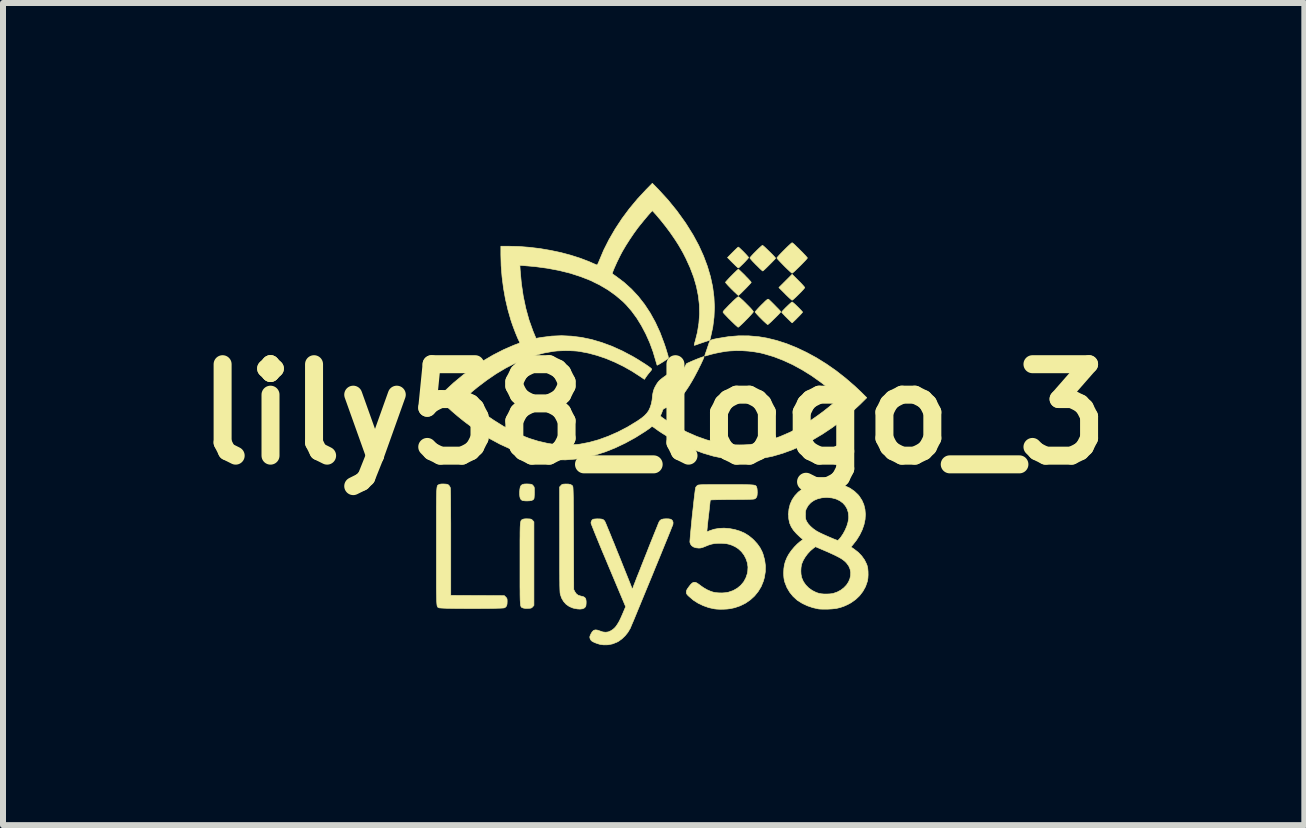
<source format=kicad_pcb>
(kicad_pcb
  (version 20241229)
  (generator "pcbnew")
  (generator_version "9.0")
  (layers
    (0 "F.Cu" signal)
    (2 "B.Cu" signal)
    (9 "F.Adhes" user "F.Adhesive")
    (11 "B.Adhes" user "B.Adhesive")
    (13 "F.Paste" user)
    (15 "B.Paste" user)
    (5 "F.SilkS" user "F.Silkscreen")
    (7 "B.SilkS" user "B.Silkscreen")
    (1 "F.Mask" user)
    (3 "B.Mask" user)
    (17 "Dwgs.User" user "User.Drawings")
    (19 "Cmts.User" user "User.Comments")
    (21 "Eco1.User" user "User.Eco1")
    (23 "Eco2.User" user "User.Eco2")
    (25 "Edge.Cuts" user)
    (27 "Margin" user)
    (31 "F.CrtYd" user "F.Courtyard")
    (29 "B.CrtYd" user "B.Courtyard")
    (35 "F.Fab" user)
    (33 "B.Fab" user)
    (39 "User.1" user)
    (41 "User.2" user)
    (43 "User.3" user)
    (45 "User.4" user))
  (footprint "lily58_logo_3"
    (layer "F.Cu")
    (at 7.845 3.855)
    (property "Reference" "lily58_logo_3" (at 0 0 0) (layer "F.SilkS") (effects (font (size 1.524 1.524) (thickness 0.3))))
    (attr through_hole)
    (fp_poly (pts (xy 2.413 -2.228) (xy 2.445 -2.196) (xy 2.473 -2.166) (xy 2.495 -2.142) (xy 2.511 -2.123) (xy 2.518 -2.113) (xy 2.518 -2.112) (xy 2.513 -2.103) (xy 2.5 -2.087) (xy 2.479 -2.064) (xy 2.454 -2.037) (xy 2.426 -2.009) (xy 2.397 -1.98) (xy 2.369 -1.953) (xy 2.344 -1.93) (xy 2.324 -1.912) (xy 2.311 -1.903) (xy 2.308 -1.901) (xy 2.299 -1.906) (xy 2.283 -1.92) (xy 2.259 -1.941) (xy 2.231 -1.968) (xy 2.199 -1.999) (xy 2.192 -2.007) (xy 2.087 -2.112) (xy 2.197 -2.222) (xy 2.308 -2.333) (xy 2.413 -2.228)) (stroke (width 0.01) (type solid)) (fill yes) (layer "F.SilkS"))
    (fp_poly (pts (xy 1.419 -2.782) (xy 1.435 -2.768) (xy 1.456 -2.748) (xy 1.481 -2.724) (xy 1.507 -2.698) (xy 1.532 -2.672) (xy 1.554 -2.648) (xy 1.571 -2.629) (xy 1.581 -2.616) (xy 1.582 -2.613) (xy 1.577 -2.604) (xy 1.564 -2.588) (xy 1.544 -2.566) (xy 1.521 -2.541) (xy 1.495 -2.514) (xy 1.469 -2.489) (xy 1.446 -2.467) (xy 1.427 -2.449) (xy 1.414 -2.44) (xy 1.411 -2.438) (xy 1.404 -2.443) (xy 1.388 -2.457) (xy 1.366 -2.477) (xy 1.34 -2.503) (xy 1.317 -2.525) (xy 1.231 -2.612) (xy 1.317 -2.699) (xy 1.346 -2.728) (xy 1.372 -2.753) (xy 1.392 -2.772) (xy 1.406 -2.784) (xy 1.41 -2.787) (xy 1.419 -2.782)) (stroke (width 0.01) (type solid)) (fill yes) (layer "F.SilkS"))
    (fp_poly (pts (xy -2.09 1.162) (xy -2.061 1.164) (xy -2.041 1.167) (xy -2.028 1.172) (xy -2.017 1.18) (xy -2.01 1.189) (xy -2.001 1.199) (xy -1.995 1.208) (xy -1.991 1.22) (xy -1.989 1.238) (xy -1.989 1.263) (xy -1.988 1.3) (xy -1.988 1.303) (xy -1.989 1.339) (xy -1.991 1.371) (xy -1.993 1.395) (xy -1.996 1.408) (xy -1.996 1.408) (xy -2.01 1.425) (xy -2.034 1.436) (xy -2.068 1.442) (xy -2.11 1.444) (xy -2.143 1.443) (xy -2.17 1.44) (xy -2.189 1.436) (xy -2.192 1.435) (xy -2.21 1.422) (xy -2.223 1.402) (xy -2.23 1.375) (xy -2.234 1.337) (xy -2.234 1.295) (xy -2.23 1.247) (xy -2.223 1.211) (xy -2.21 1.187) (xy -2.189 1.171) (xy -2.159 1.163) (xy -2.117 1.161) (xy -2.09 1.162)) (stroke (width 0.01) (type solid)) (fill yes) (layer "F.SilkS"))
    (fp_poly (pts (xy 2.316 -1.867) (xy 2.332 -1.854) (xy 2.354 -1.835) (xy 2.379 -1.811) (xy 2.406 -1.785) (xy 2.431 -1.76) (xy 2.454 -1.736) (xy 2.471 -1.717) (xy 2.481 -1.705) (xy 2.482 -1.702) (xy 2.477 -1.695) (xy 2.464 -1.68) (xy 2.445 -1.659) (xy 2.421 -1.634) (xy 2.395 -1.608) (xy 2.37 -1.582) (xy 2.346 -1.559) (xy 2.326 -1.54) (xy 2.313 -1.527) (xy 2.308 -1.524) (xy 2.302 -1.529) (xy 2.287 -1.542) (xy 2.266 -1.563) (xy 2.24 -1.588) (xy 2.219 -1.609) (xy 2.19 -1.638) (xy 2.166 -1.664) (xy 2.147 -1.684) (xy 2.136 -1.698) (xy 2.134 -1.702) (xy 2.139 -1.71) (xy 2.152 -1.726) (xy 2.172 -1.747) (xy 2.196 -1.772) (xy 2.223 -1.798) (xy 2.249 -1.823) (xy 2.273 -1.845) (xy 2.292 -1.862) (xy 2.305 -1.871) (xy 2.308 -1.872) (xy 2.316 -1.867)) (stroke (width 0.01) (type solid)) (fill yes) (layer "F.SilkS"))
    (fp_poly (pts (xy 1.419 -2.412) (xy 1.435 -2.398) (xy 1.457 -2.377) (xy 1.483 -2.352) (xy 1.512 -2.324) (xy 1.54 -2.294) (xy 1.568 -2.266) (xy 1.592 -2.24) (xy 1.611 -2.219) (xy 1.623 -2.204) (xy 1.626 -2.199) (xy 1.621 -2.191) (xy 1.607 -2.175) (xy 1.587 -2.153) (xy 1.562 -2.126) (xy 1.534 -2.097) (xy 1.505 -2.068) (xy 1.477 -2.04) (xy 1.452 -2.015) (xy 1.431 -1.996) (xy 1.417 -1.984) (xy 1.412 -1.981) (xy 1.405 -1.986) (xy 1.389 -2) (xy 1.367 -2.021) (xy 1.339 -2.047) (xy 1.308 -2.078) (xy 1.301 -2.084) (xy 1.27 -2.116) (xy 1.242 -2.145) (xy 1.22 -2.17) (xy 1.204 -2.188) (xy 1.198 -2.198) (xy 1.197 -2.199) (xy 1.202 -2.207) (xy 1.216 -2.223) (xy 1.236 -2.245) (xy 1.261 -2.272) (xy 1.289 -2.301) (xy 1.318 -2.33) (xy 1.346 -2.358) (xy 1.371 -2.382) (xy 1.392 -2.402) (xy 1.406 -2.414) (xy 1.412 -2.417) (xy 1.419 -2.412)) (stroke (width 0.01) (type solid)) (fill yes) (layer "F.SilkS"))
    (fp_poly (pts (xy 1.822 -2.811) (xy 1.839 -2.797) (xy 1.861 -2.777) (xy 1.887 -2.752) (xy 1.916 -2.724) (xy 1.946 -2.695) (xy 1.974 -2.667) (xy 1.998 -2.642) (xy 2.017 -2.621) (xy 2.029 -2.607) (xy 2.032 -2.602) (xy 2.027 -2.594) (xy 2.014 -2.579) (xy 1.993 -2.557) (xy 1.968 -2.531) (xy 1.94 -2.503) (xy 1.911 -2.474) (xy 1.883 -2.446) (xy 1.858 -2.422) (xy 1.837 -2.403) (xy 1.823 -2.391) (xy 1.818 -2.388) (xy 1.811 -2.393) (xy 1.795 -2.406) (xy 1.772 -2.427) (xy 1.745 -2.454) (xy 1.714 -2.485) (xy 1.707 -2.491) (xy 1.676 -2.523) (xy 1.648 -2.552) (xy 1.626 -2.577) (xy 1.611 -2.595) (xy 1.604 -2.605) (xy 1.604 -2.606) (xy 1.609 -2.614) (xy 1.623 -2.631) (xy 1.643 -2.653) (xy 1.668 -2.68) (xy 1.696 -2.708) (xy 1.725 -2.737) (xy 1.753 -2.764) (xy 1.778 -2.787) (xy 1.798 -2.805) (xy 1.811 -2.814) (xy 1.814 -2.816) (xy 1.822 -2.811)) (stroke (width 0.01) (type solid)) (fill yes) (layer "F.SilkS"))
    (fp_poly (pts (xy 1.913 -1.917) (xy 1.923 -1.91) (xy 1.94 -1.894) (xy 1.963 -1.872) (xy 1.989 -1.846) (xy 2.017 -1.818) (xy 2.045 -1.789) (xy 2.072 -1.762) (xy 2.094 -1.739) (xy 2.11 -1.721) (xy 2.118 -1.71) (xy 2.119 -1.708) (xy 2.114 -1.701) (xy 2.1 -1.685) (xy 2.08 -1.663) (xy 2.054 -1.637) (xy 2.026 -1.609) (xy 1.996 -1.58) (xy 1.968 -1.552) (xy 1.942 -1.528) (xy 1.921 -1.51) (xy 1.907 -1.498) (xy 1.901 -1.495) (xy 1.893 -1.5) (xy 1.876 -1.514) (xy 1.853 -1.535) (xy 1.825 -1.561) (xy 1.794 -1.592) (xy 1.791 -1.595) (xy 1.76 -1.626) (xy 1.733 -1.655) (xy 1.711 -1.679) (xy 1.697 -1.696) (xy 1.691 -1.705) (xy 1.691 -1.706) (xy 1.696 -1.714) (xy 1.71 -1.73) (xy 1.731 -1.754) (xy 1.757 -1.782) (xy 1.788 -1.814) (xy 1.795 -1.821) (xy 1.831 -1.856) (xy 1.858 -1.883) (xy 1.878 -1.901) (xy 1.893 -1.912) (xy 1.903 -1.918) (xy 1.91 -1.918) (xy 1.913 -1.917)) (stroke (width 0.01) (type solid)) (fill yes) (layer "F.SilkS"))
    (fp_poly (pts (xy 1.421 -1.954) (xy 1.439 -1.94) (xy 1.463 -1.919) (xy 1.492 -1.893) (xy 1.522 -1.863) (xy 1.554 -1.831) (xy 1.585 -1.8) (xy 1.613 -1.771) (xy 1.636 -1.745) (xy 1.653 -1.724) (xy 1.661 -1.711) (xy 1.662 -1.709) (xy 1.657 -1.7) (xy 1.643 -1.683) (xy 1.622 -1.659) (xy 1.596 -1.631) (xy 1.567 -1.6) (xy 1.535 -1.568) (xy 1.504 -1.536) (xy 1.474 -1.507) (xy 1.448 -1.483) (xy 1.427 -1.464) (xy 1.413 -1.453) (xy 1.408 -1.451) (xy 1.4 -1.456) (xy 1.384 -1.47) (xy 1.36 -1.491) (xy 1.331 -1.519) (xy 1.299 -1.55) (xy 1.28 -1.569) (xy 1.245 -1.603) (xy 1.215 -1.635) (xy 1.189 -1.662) (xy 1.17 -1.683) (xy 1.159 -1.697) (xy 1.157 -1.701) (xy 1.157 -1.707) (xy 1.163 -1.718) (xy 1.175 -1.734) (xy 1.195 -1.755) (xy 1.223 -1.784) (xy 1.259 -1.822) (xy 1.275 -1.837) (xy 1.318 -1.88) (xy 1.354 -1.914) (xy 1.382 -1.939) (xy 1.401 -1.954) (xy 1.412 -1.959) (xy 1.421 -1.954)) (stroke (width 0.01) (type solid)) (fill yes) (layer "F.SilkS"))
    (fp_poly (pts (xy 2.316 -2.854) (xy 2.333 -2.841) (xy 2.356 -2.82) (xy 2.383 -2.793) (xy 2.414 -2.764) (xy 2.445 -2.732) (xy 2.477 -2.701) (xy 2.505 -2.671) (xy 2.53 -2.645) (xy 2.548 -2.624) (xy 2.56 -2.61) (xy 2.562 -2.605) (xy 2.557 -2.597) (xy 2.543 -2.58) (xy 2.522 -2.557) (xy 2.496 -2.53) (xy 2.466 -2.499) (xy 2.435 -2.468) (xy 2.403 -2.437) (xy 2.373 -2.408) (xy 2.347 -2.383) (xy 2.326 -2.365) (xy 2.312 -2.354) (xy 2.308 -2.351) (xy 2.3 -2.356) (xy 2.283 -2.37) (xy 2.259 -2.392) (xy 2.23 -2.419) (xy 2.197 -2.451) (xy 2.175 -2.473) (xy 2.141 -2.508) (xy 2.111 -2.539) (xy 2.085 -2.567) (xy 2.066 -2.588) (xy 2.056 -2.602) (xy 2.054 -2.605) (xy 2.059 -2.614) (xy 2.073 -2.63) (xy 2.093 -2.653) (xy 2.12 -2.681) (xy 2.149 -2.711) (xy 2.181 -2.743) (xy 2.212 -2.774) (xy 2.242 -2.803) (xy 2.268 -2.827) (xy 2.289 -2.846) (xy 2.303 -2.857) (xy 2.308 -2.859) (xy 2.316 -2.854)) (stroke (width 0.01) (type solid)) (fill yes) (layer "F.SilkS"))
    (fp_poly (pts (xy -2.099 1.743) (xy -2.069 1.744) (xy -2.049 1.747) (xy -2.036 1.752) (xy -2.026 1.76) (xy -2.017 1.769) (xy -1.996 1.793) (xy -1.996 3.186) (xy -2.017 3.209) (xy -2.028 3.221) (xy -2.039 3.228) (xy -2.053 3.232) (xy -2.075 3.234) (xy -2.099 3.235) (xy -2.141 3.235) (xy -2.172 3.23) (xy -2.183 3.226) (xy -2.19 3.223) (xy -2.197 3.22) (xy -2.203 3.216) (xy -2.208 3.21) (xy -2.212 3.203) (xy -2.216 3.191) (xy -2.219 3.176) (xy -2.221 3.155) (xy -2.223 3.128) (xy -2.225 3.095) (xy -2.226 3.054) (xy -2.227 3.004) (xy -2.227 2.945) (xy -2.228 2.876) (xy -2.228 2.796) (xy -2.228 2.703) (xy -2.228 2.598) (xy -2.228 2.489) (xy -2.228 2.372) (xy -2.228 2.268) (xy -2.228 2.176) (xy -2.228 2.097) (xy -2.227 2.029) (xy -2.227 1.971) (xy -2.226 1.922) (xy -2.225 1.882) (xy -2.223 1.849) (xy -2.221 1.823) (xy -2.218 1.803) (xy -2.215 1.788) (xy -2.212 1.777) (xy -2.207 1.769) (xy -2.203 1.763) (xy -2.197 1.759) (xy -2.19 1.756) (xy -2.184 1.752) (xy -2.167 1.746) (xy -2.144 1.743) (xy -2.113 1.742) (xy -2.099 1.743)) (stroke (width 0.01) (type solid)) (fill yes) (layer "F.SilkS"))
    (fp_poly (pts (xy -1.422 1.163) (xy -1.386 1.17) (xy -1.361 1.185) (xy -1.351 1.196) (xy -1.349 1.2) (xy -1.348 1.205) (xy -1.346 1.213) (xy -1.345 1.224) (xy -1.344 1.239) (xy -1.343 1.259) (xy -1.342 1.285) (xy -1.341 1.317) (xy -1.34 1.357) (xy -1.339 1.404) (xy -1.339 1.46) (xy -1.338 1.526) (xy -1.338 1.602) (xy -1.337 1.689) (xy -1.337 1.789) (xy -1.336 1.9) (xy -1.335 2.026) (xy -1.335 2.068) (xy -1.332 2.921) (xy -1.314 2.957) (xy -1.289 2.993) (xy -1.257 3.017) (xy -1.217 3.029) (xy -1.214 3.03) (xy -1.175 3.039) (xy -1.149 3.053) (xy -1.134 3.073) (xy -1.128 3.095) (xy -1.125 3.126) (xy -1.126 3.158) (xy -1.129 3.188) (xy -1.135 3.207) (xy -1.155 3.228) (xy -1.185 3.242) (xy -1.227 3.247) (xy -1.274 3.244) (xy -1.344 3.23) (xy -1.406 3.204) (xy -1.459 3.167) (xy -1.502 3.119) (xy -1.535 3.062) (xy -1.557 2.996) (xy -1.558 2.987) (xy -1.56 2.975) (xy -1.561 2.96) (xy -1.562 2.94) (xy -1.563 2.914) (xy -1.564 2.882) (xy -1.565 2.844) (xy -1.565 2.797) (xy -1.566 2.743) (xy -1.566 2.679) (xy -1.567 2.605) (xy -1.567 2.52) (xy -1.567 2.424) (xy -1.567 2.315) (xy -1.567 2.193) (xy -1.567 2.081) (xy -1.568 1.212) (xy -1.547 1.189) (xy -1.535 1.176) (xy -1.523 1.169) (xy -1.507 1.165) (xy -1.482 1.163) (xy -1.471 1.162) (xy -1.422 1.163)) (stroke (width 0.01) (type solid)) (fill yes) (layer "F.SilkS"))
    (fp_poly (pts (xy -3.494 1.162) (xy -3.463 1.164) (xy -3.442 1.167) (xy -3.428 1.173) (xy -3.416 1.181) (xy -3.415 1.182) (xy -3.4 1.202) (xy -3.389 1.225) (xy -3.389 1.226) (xy -3.388 1.237) (xy -3.387 1.263) (xy -3.386 1.303) (xy -3.385 1.356) (xy -3.384 1.422) (xy -3.384 1.501) (xy -3.383 1.593) (xy -3.383 1.697) (xy -3.382 1.812) (xy -3.382 1.94) (xy -3.382 2.078) (xy -3.382 2.135) (xy -3.382 3.019) (xy -2.936 3.021) (xy -2.489 3.023) (xy -2.466 3.046) (xy -2.453 3.06) (xy -2.446 3.072) (xy -2.443 3.087) (xy -2.442 3.111) (xy -2.442 3.123) (xy -2.444 3.163) (xy -2.451 3.191) (xy -2.465 3.211) (xy -2.485 3.225) (xy -2.486 3.225) (xy -2.498 3.228) (xy -2.523 3.23) (xy -2.56 3.232) (xy -2.607 3.233) (xy -2.663 3.235) (xy -2.726 3.236) (xy -2.794 3.237) (xy -2.868 3.237) (xy -2.944 3.238) (xy -3.022 3.238) (xy -3.1 3.238) (xy -3.177 3.237) (xy -3.252 3.237) (xy -3.322 3.236) (xy -3.387 3.235) (xy -3.444 3.234) (xy -3.494 3.232) (xy -3.533 3.23) (xy -3.562 3.228) (xy -3.577 3.226) (xy -3.579 3.225) (xy -3.585 3.222) (xy -3.591 3.22) (xy -3.595 3.217) (xy -3.6 3.213) (xy -3.603 3.208) (xy -3.607 3.199) (xy -3.61 3.188) (xy -3.612 3.173) (xy -3.614 3.153) (xy -3.616 3.127) (xy -3.617 3.096) (xy -3.618 3.057) (xy -3.619 3.011) (xy -3.62 2.957) (xy -3.621 2.894) (xy -3.621 2.821) (xy -3.621 2.738) (xy -3.621 2.643) (xy -3.621 2.536) (xy -3.621 2.417) (xy -3.621 2.285) (xy -3.621 2.199) (xy -3.621 2.058) (xy -3.621 1.931) (xy -3.621 1.817) (xy -3.621 1.715) (xy -3.621 1.625) (xy -3.621 1.546) (xy -3.62 1.477) (xy -3.62 1.417) (xy -3.619 1.366) (xy -3.618 1.323) (xy -3.617 1.288) (xy -3.615 1.259) (xy -3.613 1.236) (xy -3.611 1.218) (xy -3.608 1.204) (xy -3.605 1.194) (xy -3.601 1.187) (xy -3.597 1.182) (xy -3.592 1.179) (xy -3.587 1.176) (xy -3.581 1.174) (xy -3.577 1.171) (xy -3.559 1.165) (xy -3.535 1.162) (xy -3.502 1.162) (xy -3.494 1.162)) (stroke (width 0.01) (type solid)) (fill yes) (layer "F.SilkS"))
    (fp_poly (pts (xy 0.249 1.743) (xy 0.278 1.748) (xy 0.29 1.752) (xy 0.312 1.771) (xy 0.323 1.798) (xy 0.322 1.83) (xy 0.321 1.834) (xy 0.318 1.844) (xy 0.309 1.866) (xy 0.295 1.9) (xy 0.278 1.944) (xy 0.256 1.998) (xy 0.231 2.06) (xy 0.202 2.13) (xy 0.171 2.206) (xy 0.138 2.287) (xy 0.103 2.373) (xy 0.066 2.463) (xy 0.028 2.555) (xy -0.01 2.649) (xy -0.049 2.744) (xy -0.088 2.838) (xy -0.126 2.93) (xy -0.163 3.02) (xy -0.199 3.107) (xy -0.233 3.19) (xy -0.265 3.267) (xy -0.294 3.338) (xy -0.32 3.401) (xy -0.343 3.456) (xy -0.363 3.502) (xy -0.378 3.538) (xy -0.388 3.562) (xy -0.393 3.574) (xy -0.394 3.574) (xy -0.43 3.635) (xy -0.476 3.692) (xy -0.528 3.742) (xy -0.584 3.783) (xy -0.612 3.798) (xy -0.685 3.827) (xy -0.76 3.842) (xy -0.835 3.843) (xy -0.89 3.836) (xy -0.932 3.824) (xy -0.974 3.809) (xy -1.011 3.792) (xy -1.032 3.779) (xy -1.048 3.762) (xy -1.06 3.739) (xy -1.06 3.737) (xy -1.064 3.721) (xy -1.064 3.707) (xy -1.059 3.691) (xy -1.049 3.668) (xy -1.046 3.661) (xy -1.025 3.626) (xy -1.002 3.603) (xy -0.975 3.594) (xy -0.943 3.596) (xy -0.903 3.609) (xy -0.901 3.61) (xy -0.848 3.628) (xy -0.8 3.633) (xy -0.755 3.627) (xy -0.711 3.607) (xy -0.683 3.589) (xy -0.654 3.564) (xy -0.627 3.534) (xy -0.601 3.495) (xy -0.573 3.448) (xy -0.545 3.389) (xy -0.519 3.33) (xy -0.467 3.207) (xy -0.756 2.52) (xy -0.805 2.402) (xy -0.851 2.294) (xy -0.892 2.195) (xy -0.928 2.107) (xy -0.96 2.029) (xy -0.987 1.963) (xy -1.009 1.907) (xy -1.026 1.864) (xy -1.038 1.833) (xy -1.044 1.815) (xy -1.045 1.81) (xy -1.039 1.783) (xy -1.028 1.766) (xy -1.019 1.756) (xy -1.009 1.75) (xy -0.996 1.747) (xy -0.975 1.745) (xy -0.944 1.743) (xy -0.939 1.743) (xy -0.894 1.744) (xy -0.862 1.748) (xy -0.838 1.758) (xy -0.82 1.775) (xy -0.81 1.792) (xy -0.805 1.803) (xy -0.795 1.826) (xy -0.781 1.86) (xy -0.763 1.904) (xy -0.741 1.956) (xy -0.717 2.015) (xy -0.691 2.08) (xy -0.662 2.149) (xy -0.633 2.222) (xy -0.603 2.297) (xy -0.572 2.372) (xy -0.542 2.447) (xy -0.513 2.52) (xy -0.485 2.59) (xy -0.459 2.655) (xy -0.435 2.714) (xy -0.414 2.767) (xy -0.396 2.811) (xy -0.383 2.846) (xy -0.373 2.87) (xy -0.369 2.881) (xy -0.369 2.881) (xy -0.363 2.899) (xy -0.357 2.909) (xy -0.356 2.91) (xy -0.351 2.904) (xy -0.344 2.888) (xy -0.342 2.881) (xy -0.338 2.87) (xy -0.329 2.846) (xy -0.315 2.811) (xy -0.298 2.767) (xy -0.278 2.714) (xy -0.254 2.655) (xy -0.228 2.59) (xy -0.201 2.52) (xy -0.172 2.447) (xy -0.142 2.372) (xy -0.112 2.297) (xy -0.083 2.222) (xy -0.054 2.149) (xy -0.026 2.08) (xy 0.000123 2.015) (xy 0.024 1.956) (xy 0.045 1.904) (xy 0.063 1.86) (xy 0.076 1.826) (xy 0.086 1.803) (xy 0.091 1.792) (xy 0.091 1.792) (xy 0.107 1.769) (xy 0.13 1.753) (xy 0.162 1.745) (xy 0.204 1.742) (xy 0.209 1.742) (xy 0.249 1.743)) (stroke (width 0.01) (type solid)) (fill yes) (layer "F.SilkS"))
    (fp_poly (pts (xy 1.301 1.172) (xy 1.384 1.172) (xy 1.455 1.172) (xy 1.514 1.173) (xy 1.563 1.174) (xy 1.603 1.175) (xy 1.635 1.177) (xy 1.659 1.179) (xy 1.678 1.182) (xy 1.691 1.186) (xy 1.701 1.191) (xy 1.707 1.197) (xy 1.712 1.204) (xy 1.715 1.212) (xy 1.717 1.217) (xy 1.723 1.239) (xy 1.726 1.271) (xy 1.727 1.306) (xy 1.725 1.339) (xy 1.721 1.366) (xy 1.719 1.37) (xy 1.708 1.391) (xy 1.692 1.406) (xy 1.687 1.409) (xy 1.68 1.411) (xy 1.67 1.413) (xy 1.656 1.415) (xy 1.637 1.416) (xy 1.611 1.417) (xy 1.577 1.418) (xy 1.534 1.419) (xy 1.48 1.42) (xy 1.415 1.42) (xy 1.337 1.421) (xy 1.308 1.421) (xy 1.237 1.421) (xy 1.17 1.422) (xy 1.11 1.423) (xy 1.056 1.424) (xy 1.012 1.425) (xy 0.977 1.426) (xy 0.954 1.428) (xy 0.944 1.429) (xy 0.943 1.429) (xy 0.943 1.438) (xy 0.94 1.459) (xy 0.937 1.491) (xy 0.932 1.533) (xy 0.927 1.582) (xy 0.921 1.638) (xy 0.914 1.695) (xy 0.907 1.754) (xy 0.901 1.809) (xy 0.896 1.858) (xy 0.892 1.899) (xy 0.889 1.93) (xy 0.888 1.95) (xy 0.888 1.957) (xy 0.895 1.956) (xy 0.912 1.95) (xy 0.93 1.942) (xy 1.004 1.917) (xy 1.087 1.902) (xy 1.174 1.898) (xy 1.264 1.905) (xy 1.354 1.922) (xy 1.442 1.949) (xy 1.447 1.951) (xy 1.518 1.983) (xy 1.581 2.022) (xy 1.641 2.07) (xy 1.673 2.1) (xy 1.729 2.162) (xy 1.773 2.224) (xy 1.807 2.29) (xy 1.823 2.331) (xy 1.85 2.429) (xy 1.863 2.527) (xy 1.861 2.625) (xy 1.845 2.723) (xy 1.828 2.783) (xy 1.791 2.873) (xy 1.742 2.954) (xy 1.682 3.028) (xy 1.612 3.092) (xy 1.533 3.147) (xy 1.445 3.191) (xy 1.35 3.224) (xy 1.274 3.24) (xy 1.225 3.246) (xy 1.167 3.249) (xy 1.106 3.25) (xy 1.049 3.247) (xy 1.013 3.243) (xy 0.92 3.223) (xy 0.829 3.191) (xy 0.741 3.149) (xy 0.66 3.097) (xy 0.59 3.037) (xy 0.59 3.037) (xy 0.567 3.015) (xy 0.554 2.999) (xy 0.547 2.986) (xy 0.545 2.972) (xy 0.544 2.963) (xy 0.546 2.947) (xy 0.551 2.931) (xy 0.561 2.912) (xy 0.579 2.887) (xy 0.588 2.874) (xy 0.617 2.837) (xy 0.642 2.813) (xy 0.666 2.801) (xy 0.691 2.8) (xy 0.719 2.811) (xy 0.752 2.833) (xy 0.781 2.855) (xy 0.832 2.891) (xy 0.891 2.925) (xy 0.951 2.951) (xy 0.994 2.965) (xy 1.037 2.973) (xy 1.088 2.977) (xy 1.142 2.978) (xy 1.194 2.974) (xy 1.239 2.967) (xy 1.248 2.965) (xy 1.326 2.938) (xy 1.394 2.899) (xy 1.452 2.851) (xy 1.5 2.794) (xy 1.536 2.729) (xy 1.561 2.656) (xy 1.568 2.617) (xy 1.572 2.546) (xy 1.562 2.476) (xy 1.539 2.408) (xy 1.506 2.345) (xy 1.462 2.288) (xy 1.408 2.239) (xy 1.358 2.207) (xy 1.309 2.184) (xy 1.263 2.168) (xy 1.215 2.157) (xy 1.159 2.152) (xy 1.132 2.15) (xy 1.07 2.15) (xy 1.016 2.154) (xy 0.966 2.164) (xy 0.914 2.18) (xy 0.865 2.2) (xy 0.828 2.215) (xy 0.8 2.224) (xy 0.776 2.229) (xy 0.751 2.23) (xy 0.705 2.225) (xy 0.665 2.212) (xy 0.633 2.19) (xy 0.613 2.161) (xy 0.604 2.132) (xy 0.604 2.118) (xy 0.606 2.091) (xy 0.609 2.053) (xy 0.613 2.006) (xy 0.618 1.95) (xy 0.624 1.889) (xy 0.63 1.823) (xy 0.637 1.753) (xy 0.644 1.682) (xy 0.652 1.611) (xy 0.66 1.541) (xy 0.667 1.474) (xy 0.674 1.411) (xy 0.681 1.355) (xy 0.687 1.306) (xy 0.692 1.266) (xy 0.697 1.238) (xy 0.7 1.221) (xy 0.701 1.218) (xy 0.715 1.199) (xy 0.731 1.185) (xy 0.736 1.182) (xy 0.742 1.18) (xy 0.752 1.178) (xy 0.765 1.177) (xy 0.783 1.175) (xy 0.807 1.174) (xy 0.839 1.173) (xy 0.879 1.173) (xy 0.928 1.172) (xy 0.988 1.172) (xy 1.059 1.172) (xy 1.143 1.172) (xy 1.204 1.172) (xy 1.301 1.172)) (stroke (width 0.01) (type solid)) (fill yes) (layer "F.SilkS"))
    (fp_poly (pts (xy 2.929 1.141) (xy 2.994 1.146) (xy 3.053 1.154) (xy 3.099 1.163) (xy 3.192 1.194) (xy 3.274 1.233) (xy 3.346 1.283) (xy 3.408 1.342) (xy 3.426 1.364) (xy 3.471 1.433) (xy 3.503 1.506) (xy 3.522 1.585) (xy 3.529 1.667) (xy 3.524 1.752) (xy 3.506 1.838) (xy 3.476 1.925) (xy 3.434 2.012) (xy 3.381 2.097) (xy 3.327 2.166) (xy 3.289 2.212) (xy 3.34 2.247) (xy 3.41 2.301) (xy 3.468 2.362) (xy 3.515 2.428) (xy 3.549 2.497) (xy 3.558 2.522) (xy 3.568 2.566) (xy 3.573 2.619) (xy 3.574 2.676) (xy 3.571 2.731) (xy 3.563 2.779) (xy 3.561 2.787) (xy 3.531 2.873) (xy 3.487 2.952) (xy 3.432 3.024) (xy 3.366 3.087) (xy 3.288 3.142) (xy 3.235 3.171) (xy 3.17 3.2) (xy 3.108 3.221) (xy 3.045 3.236) (xy 2.975 3.244) (xy 2.903 3.248) (xy 2.86 3.248) (xy 2.818 3.248) (xy 2.782 3.247) (xy 2.754 3.245) (xy 2.747 3.244) (xy 2.653 3.223) (xy 2.562 3.192) (xy 2.477 3.152) (xy 2.402 3.105) (xy 2.391 3.097) (xy 2.325 3.037) (xy 2.268 2.967) (xy 2.222 2.89) (xy 2.189 2.807) (xy 2.183 2.79) (xy 2.176 2.758) (xy 2.171 2.727) (xy 2.168 2.691) (xy 2.167 2.646) (xy 2.167 2.642) (xy 2.168 2.611) (xy 2.453 2.611) (xy 2.456 2.666) (xy 2.465 2.714) (xy 2.467 2.723) (xy 2.494 2.786) (xy 2.534 2.844) (xy 2.584 2.895) (xy 2.643 2.937) (xy 2.709 2.97) (xy 2.758 2.986) (xy 2.794 2.992) (xy 2.839 2.996) (xy 2.888 2.996) (xy 2.936 2.994) (xy 2.977 2.989) (xy 2.992 2.986) (xy 3.059 2.963) (xy 3.119 2.931) (xy 3.171 2.891) (xy 3.214 2.846) (xy 3.247 2.796) (xy 3.27 2.743) (xy 3.282 2.689) (xy 3.284 2.633) (xy 3.273 2.579) (xy 3.25 2.526) (xy 3.214 2.478) (xy 3.193 2.456) (xy 3.169 2.436) (xy 3.142 2.416) (xy 3.11 2.396) (xy 3.071 2.375) (xy 3.024 2.351) (xy 2.968 2.325) (xy 2.9 2.294) (xy 2.846 2.271) (xy 2.697 2.207) (xy 2.663 2.232) (xy 2.612 2.275) (xy 2.564 2.327) (xy 2.523 2.383) (xy 2.49 2.44) (xy 2.467 2.496) (xy 2.464 2.507) (xy 2.456 2.556) (xy 2.453 2.611) (xy 2.168 2.611) (xy 2.17 2.572) (xy 2.179 2.511) (xy 2.195 2.453) (xy 2.221 2.391) (xy 2.225 2.382) (xy 2.256 2.327) (xy 2.297 2.269) (xy 2.344 2.213) (xy 2.394 2.162) (xy 2.444 2.119) (xy 2.463 2.106) (xy 2.491 2.087) (xy 2.467 2.069) (xy 2.452 2.057) (xy 2.43 2.037) (xy 2.404 2.012) (xy 2.38 1.989) (xy 2.329 1.931) (xy 2.292 1.873) (xy 2.266 1.812) (xy 2.252 1.745) (xy 2.248 1.676) (xy 2.529 1.676) (xy 2.53 1.711) (xy 2.532 1.736) (xy 2.537 1.756) (xy 2.545 1.776) (xy 2.551 1.788) (xy 2.576 1.826) (xy 2.612 1.866) (xy 2.656 1.905) (xy 2.705 1.94) (xy 2.725 1.952) (xy 2.749 1.965) (xy 2.781 1.981) (xy 2.819 1.999) (xy 2.861 2.018) (xy 2.904 2.037) (xy 2.946 2.055) (xy 2.986 2.072) (xy 3.02 2.086) (xy 3.047 2.096) (xy 3.064 2.102) (xy 3.069 2.103) (xy 3.078 2.096) (xy 3.093 2.081) (xy 3.111 2.06) (xy 3.119 2.05) (xy 3.158 1.992) (xy 3.192 1.929) (xy 3.22 1.863) (xy 3.239 1.799) (xy 3.25 1.739) (xy 3.251 1.71) (xy 3.245 1.642) (xy 3.226 1.58) (xy 3.195 1.525) (xy 3.154 1.479) (xy 3.102 1.441) (xy 3.041 1.412) (xy 2.972 1.394) (xy 2.895 1.387) (xy 2.881 1.386) (xy 2.804 1.392) (xy 2.734 1.409) (xy 2.673 1.435) (xy 2.62 1.472) (xy 2.577 1.518) (xy 2.549 1.566) (xy 2.539 1.588) (xy 2.533 1.609) (xy 2.53 1.632) (xy 2.529 1.663) (xy 2.529 1.676) (xy 2.248 1.676) (xy 2.247 1.67) (xy 2.247 1.666) (xy 2.255 1.58) (xy 2.275 1.499) (xy 2.308 1.425) (xy 2.353 1.358) (xy 2.408 1.299) (xy 2.474 1.247) (xy 2.55 1.205) (xy 2.634 1.172) (xy 2.727 1.15) (xy 2.75 1.146) (xy 2.803 1.141) (xy 2.864 1.14) (xy 2.929 1.141)) (stroke (width 0.01) (type solid)) (fill yes) (layer "F.SilkS"))
    (fp_poly (pts (xy 0.078 -3.748) (xy 0.237 -3.575) (xy 0.386 -3.392) (xy 0.525 -3.199) (xy 0.548 -3.164) (xy 0.657 -2.989) (xy 0.751 -2.815) (xy 0.83 -2.641) (xy 0.895 -2.468) (xy 0.946 -2.296) (xy 0.983 -2.125) (xy 1.005 -1.955) (xy 1.013 -1.786) (xy 1.006 -1.618) (xy 0.985 -1.451) (xy 0.949 -1.285) (xy 0.944 -1.265) (xy 0.936 -1.234) (xy 0.864 -1.212) (xy 0.826 -1.199) (xy 0.785 -1.185) (xy 0.748 -1.172) (xy 0.737 -1.168) (xy 0.71 -1.158) (xy 0.69 -1.152) (xy 0.678 -1.15) (xy 0.676 -1.15) (xy 0.677 -1.158) (xy 0.681 -1.177) (xy 0.687 -1.203) (xy 0.692 -1.217) (xy 0.73 -1.369) (xy 0.754 -1.52) (xy 0.765 -1.671) (xy 0.762 -1.823) (xy 0.744 -1.976) (xy 0.713 -2.13) (xy 0.668 -2.285) (xy 0.608 -2.443) (xy 0.535 -2.603) (xy 0.533 -2.606) (xy 0.494 -2.683) (xy 0.456 -2.751) (xy 0.418 -2.816) (xy 0.375 -2.884) (xy 0.346 -2.928) (xy 0.277 -3.028) (xy 0.201 -3.13) (xy 0.122 -3.229) (xy 0.044 -3.322) (xy 0.013 -3.356) (xy -0.02 -3.393) (xy -0.036 -3.378) (xy -0.05 -3.364) (xy -0.072 -3.34) (xy -0.099 -3.309) (xy -0.129 -3.273) (xy -0.162 -3.234) (xy -0.195 -3.193) (xy -0.227 -3.154) (xy -0.256 -3.117) (xy -0.263 -3.109) (xy -0.331 -3.015) (xy -0.4 -2.913) (xy -0.465 -2.811) (xy -0.522 -2.714) (xy -0.544 -2.673) (xy -0.567 -2.628) (xy -0.59 -2.581) (xy -0.613 -2.534) (xy -0.634 -2.487) (xy -0.653 -2.445) (xy -0.669 -2.407) (xy -0.681 -2.376) (xy -0.688 -2.354) (xy -0.69 -2.343) (xy -0.689 -2.342) (xy -0.682 -2.337) (xy -0.666 -2.326) (xy -0.643 -2.31) (xy -0.624 -2.297) (xy -0.493 -2.198) (xy -0.37 -2.087) (xy -0.257 -1.966) (xy -0.153 -1.833) (xy -0.058 -1.689) (xy 0.028 -1.533) (xy 0.105 -1.366) (xy 0.172 -1.188) (xy 0.189 -1.139) (xy 0.203 -1.096) (xy 0.216 -1.054) (xy 0.227 -1.017) (xy 0.236 -0.988) (xy 0.24 -0.973) (xy 0.244 -0.95) (xy 0.245 -0.937) (xy 0.241 -0.929) (xy 0.236 -0.926) (xy 0.226 -0.919) (xy 0.205 -0.906) (xy 0.179 -0.889) (xy 0.148 -0.869) (xy 0.143 -0.866) (xy 0.112 -0.847) (xy 0.087 -0.832) (xy 0.068 -0.822) (xy 0.058 -0.818) (xy 0.057 -0.819) (xy 0.054 -0.828) (xy 0.048 -0.847) (xy 0.04 -0.873) (xy 0.037 -0.885) (xy -0.01 -1.043) (xy -0.066 -1.195) (xy -0.131 -1.34) (xy -0.203 -1.476) (xy -0.281 -1.603) (xy -0.367 -1.72) (xy -0.457 -1.824) (xy -0.513 -1.88) (xy -0.632 -1.981) (xy -0.762 -2.074) (xy -0.903 -2.157) (xy -1.054 -2.231) (xy -1.217 -2.295) (xy -1.39 -2.351) (xy -1.575 -2.397) (xy -1.771 -2.434) (xy -1.978 -2.462) (xy -2.165 -2.478) (xy -2.23 -2.483) (xy -2.225 -2.401) (xy -2.205 -2.18) (xy -2.174 -1.969) (xy -2.131 -1.765) (xy -2.077 -1.57) (xy -2.01 -1.383) (xy -1.975 -1.299) (xy -1.961 -1.266) (xy -1.864 -1.282) (xy -1.699 -1.303) (xy -1.534 -1.31) (xy -1.368 -1.302) (xy -1.201 -1.281) (xy -1.034 -1.246) (xy -0.865 -1.196) (xy -0.694 -1.133) (xy -0.522 -1.055) (xy -0.348 -0.963) (xy -0.333 -0.954) (xy -0.29 -0.929) (xy -0.246 -0.902) (xy -0.201 -0.873) (xy -0.157 -0.846) (xy -0.118 -0.82) (xy -0.084 -0.797) (xy -0.059 -0.778) (xy -0.043 -0.765) (xy -0.041 -0.763) (xy -0.034 -0.755) (xy -0.033 -0.747) (xy -0.038 -0.737) (xy -0.05 -0.722) (xy -0.063 -0.706) (xy -0.086 -0.678) (xy -0.11 -0.647) (xy -0.127 -0.623) (xy -0.154 -0.582) (xy -0.221 -0.628) (xy -0.359 -0.717) (xy -0.502 -0.798) (xy -0.648 -0.869) (xy -0.796 -0.931) (xy -0.944 -0.981) (xy -1.089 -1.02) (xy -1.231 -1.047) (xy -1.274 -1.053) (xy -1.33 -1.057) (xy -1.396 -1.06) (xy -1.467 -1.061) (xy -1.538 -1.059) (xy -1.606 -1.056) (xy -1.664 -1.05) (xy -1.673 -1.049) (xy -1.829 -1.021) (xy -1.986 -0.979) (xy -2.146 -0.923) (xy -2.305 -0.853) (xy -2.465 -0.771) (xy -2.625 -0.676) (xy -2.783 -0.568) (xy -2.94 -0.449) (xy -2.954 -0.437) (xy -2.99 -0.408) (xy -3.026 -0.378) (xy -3.058 -0.35) (xy -3.084 -0.327) (xy -3.092 -0.321) (xy -3.139 -0.277) (xy -3.121 -0.258) (xy -3.093 -0.23) (xy -3.055 -0.196) (xy -3.009 -0.157) (xy -2.957 -0.114) (xy -2.9 -0.069) (xy -2.84 -0.024) (xy -2.779 0.02) (xy -2.72 0.062) (xy -2.664 0.1) (xy -2.656 0.105) (xy -2.506 0.199) (xy -2.359 0.279) (xy -2.214 0.347) (xy -2.071 0.403) (xy -1.927 0.448) (xy -1.78 0.482) (xy -1.686 0.498) (xy -1.631 0.505) (xy -1.566 0.509) (xy -1.495 0.511) (xy -1.422 0.511) (xy -1.351 0.508) (xy -1.285 0.504) (xy -1.23 0.498) (xy -1.23 0.498) (xy -1.074 0.468) (xy -0.916 0.424) (xy -0.757 0.366) (xy -0.597 0.296) (xy -0.437 0.213) (xy -0.279 0.117) (xy -0.262 0.106) (xy -0.202 0.064) (xy -0.154 0.025) (xy -0.116 -0.015) (xy -0.087 -0.055) (xy -0.082 -0.063) (xy -0.058 -0.115) (xy -0.039 -0.174) (xy -0.027 -0.235) (xy -0.025 -0.25) (xy -0.02 -0.306) (xy -0.013 -0.35) (xy -0.004 -0.388) (xy 0.008 -0.424) (xy 0.022 -0.454) (xy 0.04 -0.486) (xy 0.06 -0.519) (xy 0.081 -0.546) (xy 0.084 -0.55) (xy 0.101 -0.567) (xy 0.125 -0.587) (xy 0.154 -0.61) (xy 0.185 -0.632) (xy 0.216 -0.654) (xy 0.246 -0.673) (xy 0.271 -0.688) (xy 0.289 -0.697) (xy 0.299 -0.698) (xy 0.299 -0.698) (xy 0.303 -0.687) (xy 0.307 -0.664) (xy 0.309 -0.633) (xy 0.31 -0.597) (xy 0.31 -0.559) (xy 0.308 -0.522) (xy 0.305 -0.49) (xy 0.303 -0.477) (xy 0.293 -0.42) (xy 0.309 -0.441) (xy 0.324 -0.46) (xy 0.344 -0.491) (xy 0.368 -0.528) (xy 0.395 -0.572) (xy 0.422 -0.618) (xy 0.449 -0.664) (xy 0.474 -0.708) (xy 0.496 -0.747) (xy 0.497 -0.749) (xy 0.548 -0.845) (xy 0.619 -0.877) (xy 0.651 -0.891) (xy 0.687 -0.906) (xy 0.724 -0.921) (xy 0.76 -0.935) (xy 0.792 -0.947) (xy 0.818 -0.956) (xy 0.835 -0.961) (xy 0.84 -0.962) (xy 0.839 -0.954) (xy 0.832 -0.935) (xy 0.82 -0.906) (xy 0.803 -0.87) (xy 0.784 -0.829) (xy 0.761 -0.784) (xy 0.738 -0.736) (xy 0.713 -0.689) (xy 0.689 -0.643) (xy 0.666 -0.601) (xy 0.645 -0.564) (xy 0.641 -0.557) (xy 0.59 -0.472) (xy 0.542 -0.4) (xy 0.498 -0.338) (xy 0.456 -0.286) (xy 0.414 -0.241) (xy 0.371 -0.204) (xy 0.326 -0.172) (xy 0.277 -0.143) (xy 0.224 -0.118) (xy 0.22 -0.116) (xy 0.191 -0.103) (xy 0.172 -0.094) (xy 0.16 -0.085) (xy 0.152 -0.074) (xy 0.146 -0.058) (xy 0.145 -0.053) (xy 0.135 -0.027) (xy 0.125 -0.003) (xy 0.121 0.005) (xy 0.114 0.021) (xy 0.115 0.03) (xy 0.125 0.041) (xy 0.126 0.042) (xy 0.137 0.051) (xy 0.159 0.066) (xy 0.187 0.086) (xy 0.219 0.107) (xy 0.227 0.112) (xy 0.389 0.211) (xy 0.553 0.296) (xy 0.717 0.368) (xy 0.88 0.426) (xy 1.042 0.47) (xy 1.187 0.498) (xy 1.237 0.504) (xy 1.298 0.508) (xy 1.365 0.51) (xy 1.434 0.511) (xy 1.501 0.51) (xy 1.562 0.507) (xy 1.613 0.502) (xy 1.618 0.502) (xy 1.781 0.472) (xy 1.944 0.429) (xy 2.108 0.371) (xy 2.272 0.3) (xy 2.434 0.216) (xy 2.45 0.206) (xy 2.541 0.152) (xy 2.636 0.09) (xy 2.732 0.023) (xy 2.826 -0.046) (xy 2.915 -0.116) (xy 2.995 -0.183) (xy 3.048 -0.231) (xy 3.095 -0.276) (xy 3.059 -0.31) (xy 3.026 -0.339) (xy 2.985 -0.374) (xy 2.939 -0.413) (xy 2.89 -0.453) (xy 2.842 -0.491) (xy 2.799 -0.524) (xy 2.79 -0.531) (xy 2.634 -0.642) (xy 2.476 -0.74) (xy 2.317 -0.827) (xy 2.158 -0.9) (xy 2 -0.961) (xy 1.844 -1.007) (xy 1.781 -1.023) (xy 1.685 -1.04) (xy 1.582 -1.053) (xy 1.476 -1.06) (xy 1.371 -1.061) (xy 1.272 -1.056) (xy 1.208 -1.05) (xy 1.148 -1.04) (xy 1.083 -1.028) (xy 1.017 -1.014) (xy 0.956 -0.999) (xy 0.904 -0.984) (xy 0.901 -0.983) (xy 0.874 -0.975) (xy 0.859 -0.971) (xy 0.852 -0.972) (xy 0.851 -0.977) (xy 0.852 -0.978) (xy 0.855 -0.989) (xy 0.863 -1.011) (xy 0.873 -1.041) (xy 0.886 -1.078) (xy 0.897 -1.112) (xy 0.912 -1.155) (xy 0.922 -1.187) (xy 0.932 -1.21) (xy 0.944 -1.226) (xy 0.958 -1.237) (xy 0.979 -1.245) (xy 1.007 -1.252) (xy 1.045 -1.26) (xy 1.078 -1.266) (xy 1.249 -1.294) (xy 1.419 -1.308) (xy 1.588 -1.307) (xy 1.756 -1.292) (xy 1.887 -1.27) (xy 2.05 -1.23) (xy 2.215 -1.177) (xy 2.382 -1.11) (xy 2.548 -1.031) (xy 2.714 -0.941) (xy 2.878 -0.839) (xy 3.039 -0.727) (xy 3.196 -0.604) (xy 3.349 -0.472) (xy 3.451 -0.376) (xy 3.552 -0.276) (xy 3.44 -0.165) (xy 3.293 -0.029) (xy 3.139 0.1) (xy 2.98 0.219) (xy 2.817 0.328) (xy 2.651 0.427) (xy 2.484 0.514) (xy 2.317 0.589) (xy 2.151 0.65) (xy 2.15 0.65) (xy 1.983 0.699) (xy 1.818 0.733) (xy 1.654 0.754) (xy 1.49 0.76) (xy 1.327 0.753) (xy 1.162 0.733) (xy 0.996 0.698) (xy 0.829 0.649) (xy 0.659 0.586) (xy 0.537 0.533) (xy 0.462 0.497) (xy 0.382 0.456) (xy 0.301 0.411) (xy 0.222 0.365) (xy 0.147 0.319) (xy 0.08 0.275) (xy 0.029 0.238) (xy 0.003 0.219) (xy -0.016 0.208) (xy -0.028 0.205) (xy -0.037 0.208) (xy -0.044 0.215) (xy -0.054 0.223) (xy -0.073 0.238) (xy -0.099 0.256) (xy -0.13 0.277) (xy -0.138 0.283) (xy -0.305 0.388) (xy -0.473 0.48) (xy -0.641 0.56) (xy -0.809 0.627) (xy -0.976 0.68) (xy -1.142 0.72) (xy -1.306 0.747) (xy -1.467 0.76) (xy -1.626 0.759) (xy -1.702 0.754) (xy -1.871 0.731) (xy -2.042 0.694) (xy -2.214 0.643) (xy -2.387 0.578) (xy -2.56 0.499) (xy -2.733 0.406) (xy -2.905 0.301) (xy -2.934 0.282) (xy -3.043 0.205) (xy -3.154 0.122) (xy -3.262 0.035) (xy -3.366 -0.054) (xy -3.462 -0.142) (xy -3.512 -0.192) (xy -3.596 -0.277) (xy -3.487 -0.383) (xy -3.336 -0.523) (xy -3.178 -0.654) (xy -3.014 -0.776) (xy -2.846 -0.888) (xy -2.675 -0.988) (xy -2.503 -1.076) (xy -2.331 -1.151) (xy -2.24 -1.185) (xy -2.234 -1.189) (xy -2.233 -1.196) (xy -2.237 -1.208) (xy -2.248 -1.231) (xy -2.249 -1.232) (xy -2.264 -1.264) (xy -2.282 -1.307) (xy -2.303 -1.358) (xy -2.324 -1.413) (xy -2.345 -1.469) (xy -2.364 -1.523) (xy -2.379 -1.568) (xy -2.428 -1.738) (xy -2.47 -1.917) (xy -2.503 -2.103) (xy -2.527 -2.29) (xy -2.542 -2.477) (xy -2.547 -2.657) (xy -2.547 -2.801) (xy -2.418 -2.801) (xy -2.247 -2.797) (xy -2.071 -2.783) (xy -1.895 -2.762) (xy -1.72 -2.732) (xy -1.549 -2.696) (xy -1.384 -2.652) (xy -1.227 -2.602) (xy -1.08 -2.546) (xy -1.041 -2.529) (xy -1.008 -2.514) (xy -0.979 -2.502) (xy -0.957 -2.493) (xy -0.946 -2.488) (xy -0.945 -2.488) (xy -0.938 -2.493) (xy -0.928 -2.512) (xy -0.915 -2.541) (xy -0.908 -2.558) (xy -0.833 -2.736) (xy -0.744 -2.912) (xy -0.642 -3.088) (xy -0.529 -3.26) (xy -0.404 -3.428) (xy -0.269 -3.59) (xy -0.124 -3.746) (xy -0.122 -3.748) (xy -0.022 -3.85) (xy 0.078 -3.748)) (stroke (width 0.01) (type solid)) (fill yes) (layer "F.SilkS")))
  (gr_rect
    (start -3 -3)
    (end 18.69 10.703)
    (stroke (width 0.1) (type default))
    (fill no)
    (layer "Edge.Cuts")))
</source>
